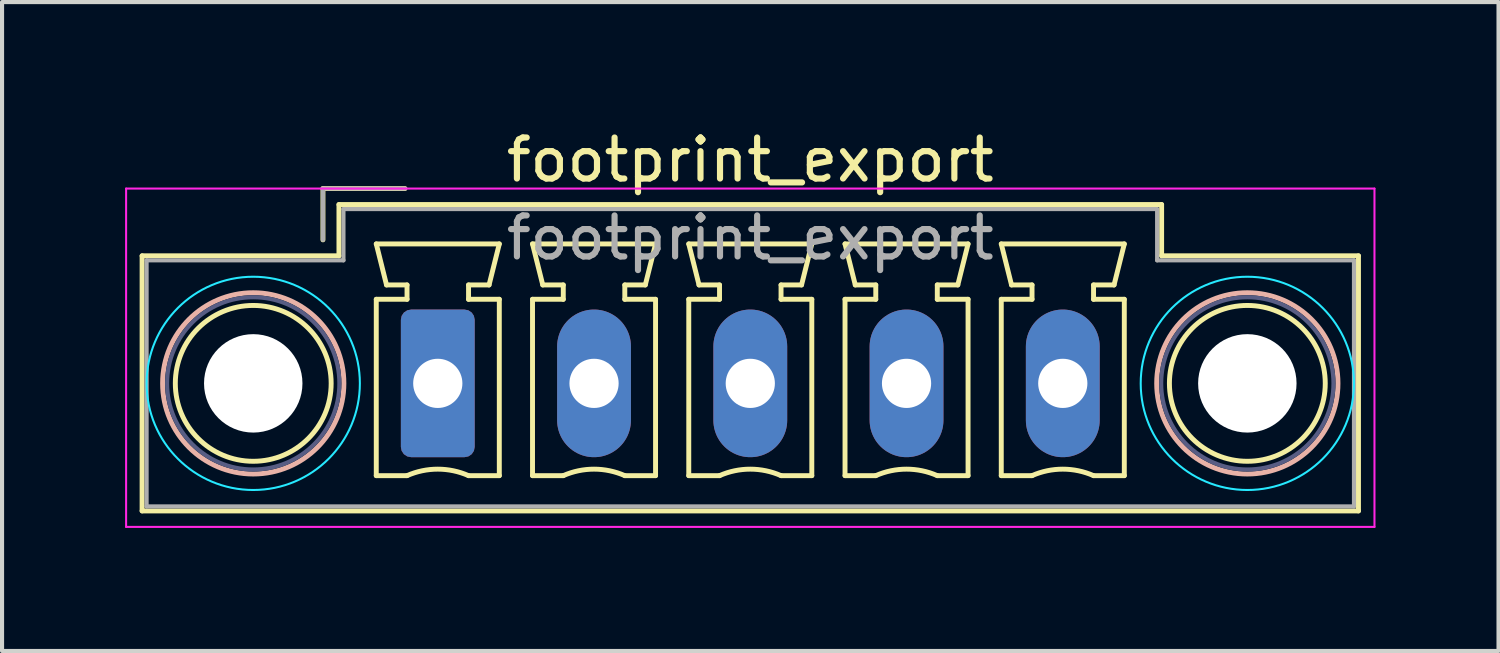
<source format=kicad_pcb>
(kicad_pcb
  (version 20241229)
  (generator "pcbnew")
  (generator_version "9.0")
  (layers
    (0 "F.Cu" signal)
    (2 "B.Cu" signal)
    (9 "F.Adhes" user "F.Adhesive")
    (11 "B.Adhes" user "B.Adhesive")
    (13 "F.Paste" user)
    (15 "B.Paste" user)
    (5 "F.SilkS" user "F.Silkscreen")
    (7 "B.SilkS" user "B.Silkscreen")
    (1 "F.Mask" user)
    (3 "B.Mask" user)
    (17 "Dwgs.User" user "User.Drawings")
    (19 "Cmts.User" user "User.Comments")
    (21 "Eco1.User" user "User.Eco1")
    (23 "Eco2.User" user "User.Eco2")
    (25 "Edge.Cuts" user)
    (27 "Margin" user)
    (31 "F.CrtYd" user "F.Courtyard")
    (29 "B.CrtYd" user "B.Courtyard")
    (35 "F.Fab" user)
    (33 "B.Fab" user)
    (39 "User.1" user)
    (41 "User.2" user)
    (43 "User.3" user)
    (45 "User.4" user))
  (footprint "footprint_export"
    (layer "F.Cu")
    (at 7.625 6.298)
    (property "Reference" "footprint_export" (at 7.62 -5.45 0) (layer "F.SilkS") (effects (font (size 1 1) (thickness 0.15))))
    (attr through_hole)
    (fp_line (start -7.21 -3.11) (end -7.21 3.11) (stroke (width 0.12) (type solid)) (layer "F.SilkS"))
    (fp_line (start -7.21 3.11) (end 22.45 3.11) (stroke (width 0.12) (type solid)) (layer "F.SilkS"))
    (fp_line (start -2.8 -4.75) (end -0.8 -4.75) (stroke (width 0.12) (type solid)) (layer "F.SilkS"))
    (fp_line (start -2.8 -3.5) (end -2.8 -4.75) (stroke (width 0.12) (type solid)) (layer "F.SilkS"))
    (fp_line (start -2.41 -4.36) (end -2.41 -3.11) (stroke (width 0.12) (type solid)) (layer "F.SilkS"))
    (fp_line (start -2.41 -3.11) (end -7.21 -3.11) (stroke (width 0.12) (type solid)) (layer "F.SilkS"))
    (fp_line (start -1.5 -3.4) (end 1.5 -3.4) (stroke (width 0.12) (type solid)) (layer "F.SilkS"))
    (fp_line (start -1.5 -2.05) (end -0.75 -2.05) (stroke (width 0.12) (type solid)) (layer "F.SilkS"))
    (fp_line (start -1.5 2.25) (end -1.5 -2.05) (stroke (width 0.12) (type solid)) (layer "F.SilkS"))
    (fp_line (start -1.25 -2.4) (end -1.5 -3.4) (stroke (width 0.12) (type solid)) (layer "F.SilkS"))
    (fp_line (start -0.75 -2.4) (end -1.25 -2.4) (stroke (width 0.12) (type solid)) (layer "F.SilkS"))
    (fp_line (start -0.75 -2.05) (end -0.75 -2.4) (stroke (width 0.12) (type solid)) (layer "F.SilkS"))
    (fp_line (start -0.75 2.25) (end -1.5 2.25) (stroke (width 0.12) (type solid)) (layer "F.SilkS"))
    (fp_line (start 0.75 -2.4) (end 0.75 -2.05) (stroke (width 0.12) (type solid)) (layer "F.SilkS"))
    (fp_line (start 0.75 -2.05) (end 1.5 -2.05) (stroke (width 0.12) (type solid)) (layer "F.SilkS"))
    (fp_line (start 1.25 -2.4) (end 0.75 -2.4) (stroke (width 0.12) (type solid)) (layer "F.SilkS"))
    (fp_line (start 1.5 -3.4) (end 1.25 -2.4) (stroke (width 0.12) (type solid)) (layer "F.SilkS"))
    (fp_line (start 1.5 -2.05) (end 1.5 2.25) (stroke (width 0.12) (type solid)) (layer "F.SilkS"))
    (fp_line (start 1.5 2.25) (end 0.75 2.25) (stroke (width 0.12) (type solid)) (layer "F.SilkS"))
    (fp_line (start 2.31 -3.4) (end 5.31 -3.4) (stroke (width 0.12) (type solid)) (layer "F.SilkS"))
    (fp_line (start 2.31 -2.05) (end 3.06 -2.05) (stroke (width 0.12) (type solid)) (layer "F.SilkS"))
    (fp_line (start 2.31 2.25) (end 2.31 -2.05) (stroke (width 0.12) (type solid)) (layer "F.SilkS"))
    (fp_line (start 2.56 -2.4) (end 2.31 -3.4) (stroke (width 0.12) (type solid)) (layer "F.SilkS"))
    (fp_line (start 3.06 -2.4) (end 2.56 -2.4) (stroke (width 0.12) (type solid)) (layer "F.SilkS"))
    (fp_line (start 3.06 -2.05) (end 3.06 -2.4) (stroke (width 0.12) (type solid)) (layer "F.SilkS"))
    (fp_line (start 3.06 2.25) (end 2.31 2.25) (stroke (width 0.12) (type solid)) (layer "F.SilkS"))
    (fp_line (start 4.56 -2.4) (end 4.56 -2.05) (stroke (width 0.12) (type solid)) (layer "F.SilkS"))
    (fp_line (start 4.56 -2.05) (end 5.31 -2.05) (stroke (width 0.12) (type solid)) (layer "F.SilkS"))
    (fp_line (start 5.06 -2.4) (end 4.56 -2.4) (stroke (width 0.12) (type solid)) (layer "F.SilkS"))
    (fp_line (start 5.31 -3.4) (end 5.06 -2.4) (stroke (width 0.12) (type solid)) (layer "F.SilkS"))
    (fp_line (start 5.31 -2.05) (end 5.31 2.25) (stroke (width 0.12) (type solid)) (layer "F.SilkS"))
    (fp_line (start 5.31 2.25) (end 4.56 2.25) (stroke (width 0.12) (type solid)) (layer "F.SilkS"))
    (fp_line (start 6.12 -3.4) (end 9.12 -3.4) (stroke (width 0.12) (type solid)) (layer "F.SilkS"))
    (fp_line (start 6.12 -2.05) (end 6.87 -2.05) (stroke (width 0.12) (type solid)) (layer "F.SilkS"))
    (fp_line (start 6.12 2.25) (end 6.12 -2.05) (stroke (width 0.12) (type solid)) (layer "F.SilkS"))
    (fp_line (start 6.37 -2.4) (end 6.12 -3.4) (stroke (width 0.12) (type solid)) (layer "F.SilkS"))
    (fp_line (start 6.87 -2.4) (end 6.37 -2.4) (stroke (width 0.12) (type solid)) (layer "F.SilkS"))
    (fp_line (start 6.87 -2.05) (end 6.87 -2.4) (stroke (width 0.12) (type solid)) (layer "F.SilkS"))
    (fp_line (start 6.87 2.25) (end 6.12 2.25) (stroke (width 0.12) (type solid)) (layer "F.SilkS"))
    (fp_line (start 8.37 -2.4) (end 8.37 -2.05) (stroke (width 0.12) (type solid)) (layer "F.SilkS"))
    (fp_line (start 8.37 -2.05) (end 9.12 -2.05) (stroke (width 0.12) (type solid)) (layer "F.SilkS"))
    (fp_line (start 8.87 -2.4) (end 8.37 -2.4) (stroke (width 0.12) (type solid)) (layer "F.SilkS"))
    (fp_line (start 9.12 -3.4) (end 8.87 -2.4) (stroke (width 0.12) (type solid)) (layer "F.SilkS"))
    (fp_line (start 9.12 -2.05) (end 9.12 2.25) (stroke (width 0.12) (type solid)) (layer "F.SilkS"))
    (fp_line (start 9.12 2.25) (end 8.37 2.25) (stroke (width 0.12) (type solid)) (layer "F.SilkS"))
    (fp_line (start 9.93 -3.4) (end 12.93 -3.4) (stroke (width 0.12) (type solid)) (layer "F.SilkS"))
    (fp_line (start 9.93 -2.05) (end 10.68 -2.05) (stroke (width 0.12) (type solid)) (layer "F.SilkS"))
    (fp_line (start 9.93 2.25) (end 9.93 -2.05) (stroke (width 0.12) (type solid)) (layer "F.SilkS"))
    (fp_line (start 10.18 -2.4) (end 9.93 -3.4) (stroke (width 0.12) (type solid)) (layer "F.SilkS"))
    (fp_line (start 10.68 -2.4) (end 10.18 -2.4) (stroke (width 0.12) (type solid)) (layer "F.SilkS"))
    (fp_line (start 10.68 -2.05) (end 10.68 -2.4) (stroke (width 0.12) (type solid)) (layer "F.SilkS"))
    (fp_line (start 10.68 2.25) (end 9.93 2.25) (stroke (width 0.12) (type solid)) (layer "F.SilkS"))
    (fp_line (start 12.18 -2.4) (end 12.18 -2.05) (stroke (width 0.12) (type solid)) (layer "F.SilkS"))
    (fp_line (start 12.18 -2.05) (end 12.93 -2.05) (stroke (width 0.12) (type solid)) (layer "F.SilkS"))
    (fp_line (start 12.68 -2.4) (end 12.18 -2.4) (stroke (width 0.12) (type solid)) (layer "F.SilkS"))
    (fp_line (start 12.93 -3.4) (end 12.68 -2.4) (stroke (width 0.12) (type solid)) (layer "F.SilkS"))
    (fp_line (start 12.93 -2.05) (end 12.93 2.25) (stroke (width 0.12) (type solid)) (layer "F.SilkS"))
    (fp_line (start 12.93 2.25) (end 12.18 2.25) (stroke (width 0.12) (type solid)) (layer "F.SilkS"))
    (fp_line (start 13.74 -3.4) (end 16.74 -3.4) (stroke (width 0.12) (type solid)) (layer "F.SilkS"))
    (fp_line (start 13.74 -2.05) (end 14.49 -2.05) (stroke (width 0.12) (type solid)) (layer "F.SilkS"))
    (fp_line (start 13.74 2.25) (end 13.74 -2.05) (stroke (width 0.12) (type solid)) (layer "F.SilkS"))
    (fp_line (start 13.99 -2.4) (end 13.74 -3.4) (stroke (width 0.12) (type solid)) (layer "F.SilkS"))
    (fp_line (start 14.49 -2.4) (end 13.99 -2.4) (stroke (width 0.12) (type solid)) (layer "F.SilkS"))
    (fp_line (start 14.49 -2.05) (end 14.49 -2.4) (stroke (width 0.12) (type solid)) (layer "F.SilkS"))
    (fp_line (start 14.49 2.25) (end 13.74 2.25) (stroke (width 0.12) (type solid)) (layer "F.SilkS"))
    (fp_line (start 15.99 -2.4) (end 15.99 -2.05) (stroke (width 0.12) (type solid)) (layer "F.SilkS"))
    (fp_line (start 15.99 -2.05) (end 16.74 -2.05) (stroke (width 0.12) (type solid)) (layer "F.SilkS"))
    (fp_line (start 16.49 -2.4) (end 15.99 -2.4) (stroke (width 0.12) (type solid)) (layer "F.SilkS"))
    (fp_line (start 16.74 -3.4) (end 16.49 -2.4) (stroke (width 0.12) (type solid)) (layer "F.SilkS"))
    (fp_line (start 16.74 -2.05) (end 16.74 2.25) (stroke (width 0.12) (type solid)) (layer "F.SilkS"))
    (fp_line (start 16.74 2.25) (end 15.99 2.25) (stroke (width 0.12) (type solid)) (layer "F.SilkS"))
    (fp_line (start 17.65 -4.36) (end -2.41 -4.36) (stroke (width 0.12) (type solid)) (layer "F.SilkS"))
    (fp_line (start 17.65 -3.11) (end 17.65 -4.36) (stroke (width 0.12) (type solid)) (layer "F.SilkS"))
    (fp_line (start 22.45 -3.11) (end 17.65 -3.11) (stroke (width 0.12) (type solid)) (layer "F.SilkS"))
    (fp_line (start 22.45 3.11) (end 22.45 -3.11) (stroke (width 0.12) (type solid)) (layer "F.SilkS"))
    (fp_arc (start -0.75 2.25) (mid -0.000193 2.09191) (end 0.749647 2.249844) (stroke (width 0.12) (type solid)) (layer "F.SilkS"))
    (fp_arc (start 3.06 2.25) (mid 3.809807 2.09191) (end 4.559647 2.249844) (stroke (width 0.12) (type solid)) (layer "F.SilkS"))
    (fp_arc (start 6.87 2.25) (mid 7.619807 2.09191) (end 8.369647 2.249844) (stroke (width 0.12) (type solid)) (layer "F.SilkS"))
    (fp_arc (start 10.68 2.25) (mid 11.429807 2.09191) (end 12.179647 2.249844) (stroke (width 0.12) (type solid)) (layer "F.SilkS"))
    (fp_arc (start 14.49 2.25) (mid 15.239807 2.09191) (end 15.989647 2.249844) (stroke (width 0.12) (type solid)) (layer "F.SilkS"))
    (fp_circle (center -4.5 0) (end -2.6 0) (stroke (width 0.12) (type solid)) (fill no) (layer "F.SilkS"))
    (fp_circle (center 19.74 0) (end 21.64 0) (stroke (width 0.12) (type solid)) (fill no) (layer "F.SilkS"))
    (fp_circle (center -4.5 0) (end -2.29 0) (stroke (width 0.12) (type solid)) (fill no) (layer "B.SilkS"))
    (fp_circle (center 19.74 0) (end 21.95 0) (stroke (width 0.12) (type solid)) (fill no) (layer "B.SilkS"))
    (fp_circle (center -4.5 0) (end -1.9 0) (stroke (width 0.05) (type solid)) (fill no) (layer "B.CrtYd"))
    (fp_circle (center 19.74 0) (end 22.34 0) (stroke (width 0.05) (type solid)) (fill no) (layer "B.CrtYd"))
    (fp_line (start -7.6 -4.75) (end -7.6 3.5) (stroke (width 0.05) (type solid)) (layer "F.CrtYd"))
    (fp_line (start -7.6 3.5) (end 22.84 3.5) (stroke (width 0.05) (type solid)) (layer "F.CrtYd"))
    (fp_line (start 22.84 -4.75) (end -7.6 -4.75) (stroke (width 0.05) (type solid)) (layer "F.CrtYd"))
    (fp_line (start 22.84 3.5) (end 22.84 -4.75) (stroke (width 0.05) (type solid)) (layer "F.CrtYd"))
    (fp_circle (center -4.5 0) (end -2.4 0) (stroke (width 0.1) (type solid)) (fill no) (layer "B.Fab"))
    (fp_circle (center 19.74 0) (end 21.84 0) (stroke (width 0.1) (type solid)) (fill no) (layer "B.Fab"))
    (fp_line (start -7.1 -3) (end -7.1 3) (stroke (width 0.1) (type solid)) (layer "F.Fab"))
    (fp_line (start -7.1 3) (end 22.34 3) (stroke (width 0.1) (type solid)) (layer "F.Fab"))
    (fp_line (start -2.8 -4.75) (end -0.8 -4.75) (stroke (width 0.1) (type solid)) (layer "F.Fab"))
    (fp_line (start -2.8 -3.5) (end -2.8 -4.75) (stroke (width 0.1) (type solid)) (layer "F.Fab"))
    (fp_line (start -2.3 -4.25) (end -2.3 -3) (stroke (width 0.1) (type solid)) (layer "F.Fab"))
    (fp_line (start -2.3 -3) (end -7.1 -3) (stroke (width 0.1) (type solid)) (layer "F.Fab"))
    (fp_line (start 17.54 -4.25) (end -2.3 -4.25) (stroke (width 0.1) (type solid)) (layer "F.Fab"))
    (fp_line (start 17.54 -3) (end 17.54 -4.25) (stroke (width 0.1) (type solid)) (layer "F.Fab"))
    (fp_line (start 22.34 -3) (end 17.54 -3) (stroke (width 0.1) (type solid)) (layer "F.Fab"))
    (fp_line (start 22.34 3) (end 22.34 -3) (stroke (width 0.1) (type solid)) (layer "F.Fab"))
    (fp_text user "${REFERENCE}" (at 7.62 -3.55 0) (layer "F.Fab") (effects (font (size 1 1) (thickness 0.15))))
    (pad "" np_thru_hole circle (at -4.5 0) (size 2.4 2.4) (drill 2.4) (layers "*.Cu" "*.Mask"))
    (pad "" np_thru_hole circle (at 19.74 0) (size 2.4 2.4) (drill 2.4) (layers "*.Cu" "*.Mask"))
    (pad "1" thru_hole roundrect (at 0 0) (size 1.8 3.6) (drill 1.2) (layers "*.Cu" "*.Mask") (roundrect_rratio 0.139))
    (pad "2" thru_hole oval (at 3.81 0) (size 1.8 3.6) (drill 1.2) (layers "*.Cu" "*.Mask"))
    (pad "3" thru_hole oval (at 7.62 0) (size 1.8 3.6) (drill 1.2) (layers "*.Cu" "*.Mask"))
    (pad "4" thru_hole oval (at 11.43 0) (size 1.8 3.6) (drill 1.2) (layers "*.Cu" "*.Mask"))
    (pad "5" thru_hole oval (at 15.24 0) (size 1.8 3.6) (drill 1.2) (layers "*.Cu" "*.Mask")))
  (gr_rect
    (start -3 -3)
    (end 33.49 12.823)
    (stroke (width 0.1) (type default))
    (fill no)
    (layer "Edge.Cuts")))
</source>
